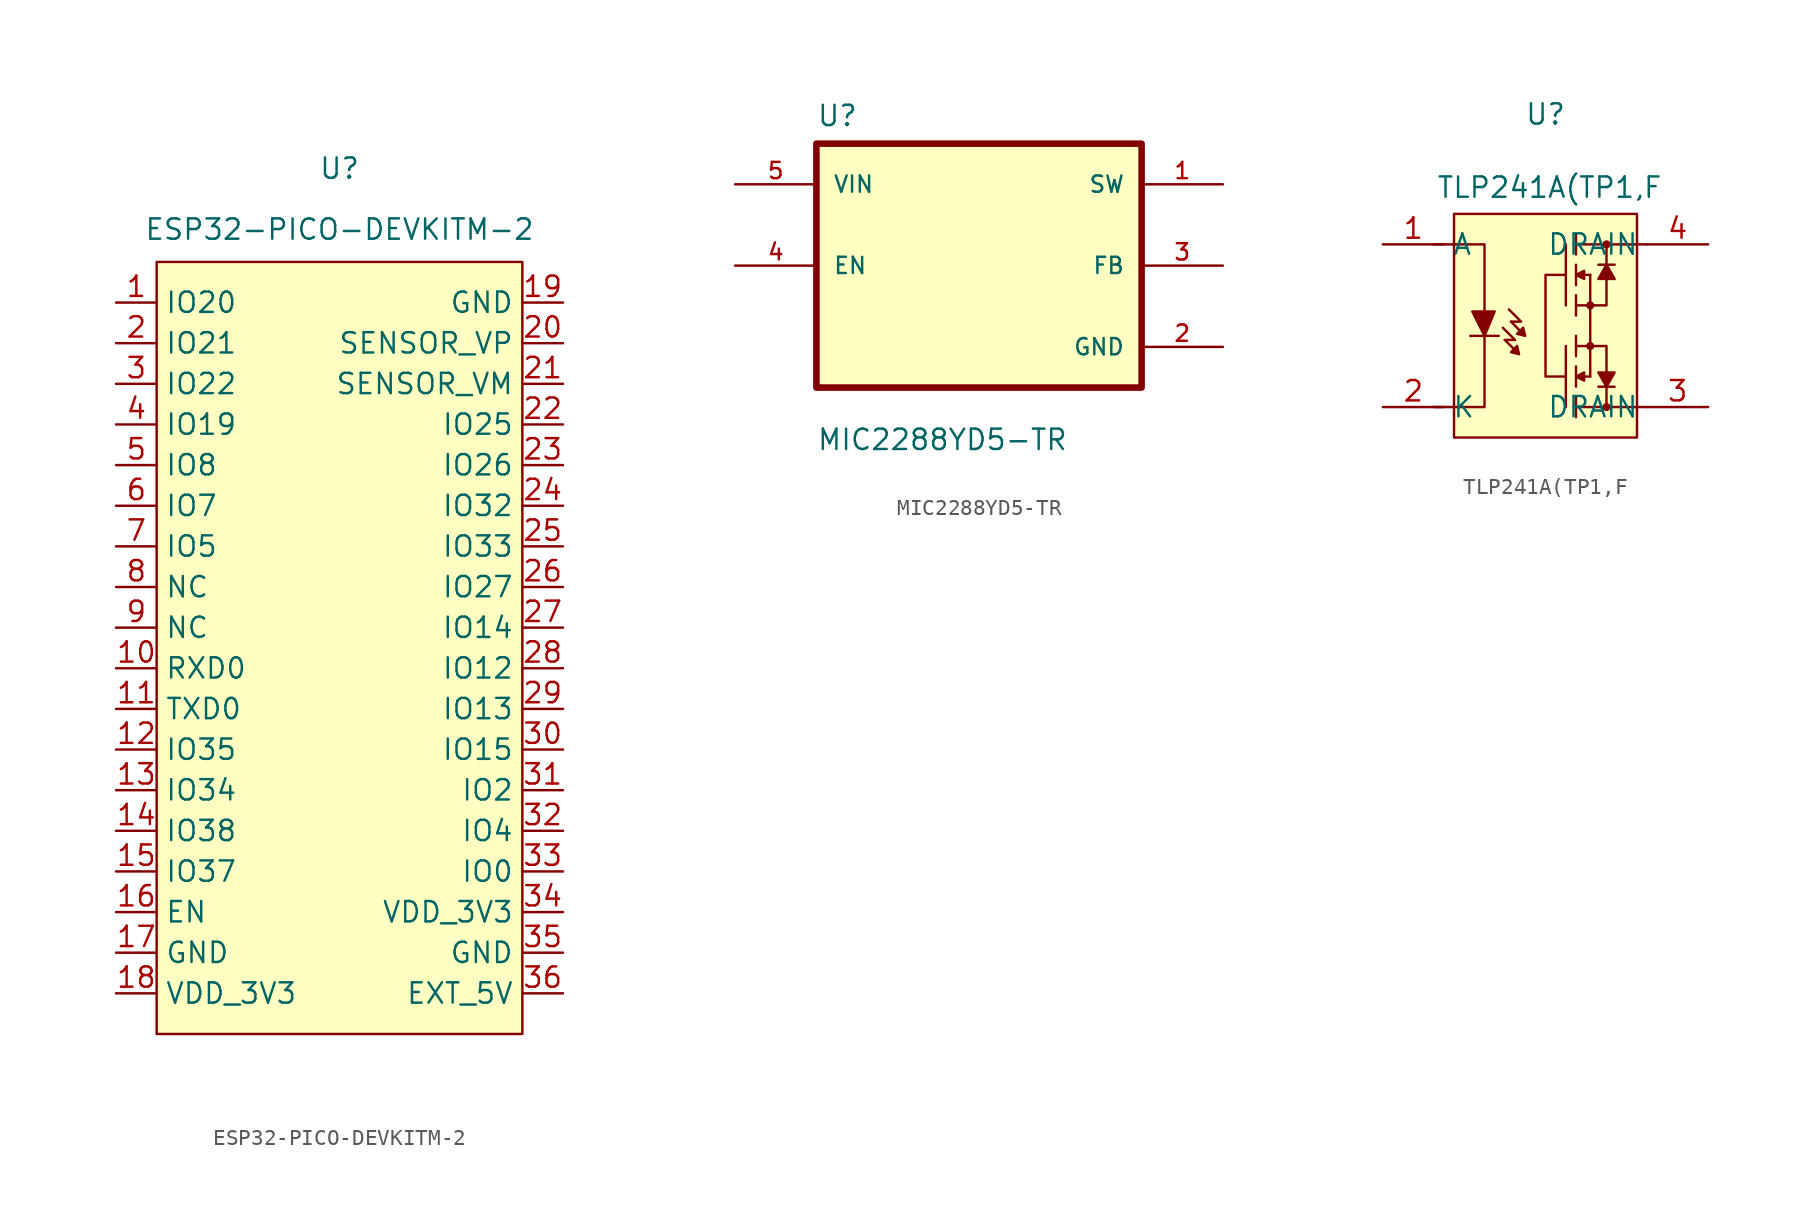
<source format=kicad_sym>
(kicad_symbol_lib
  (version 20241209)
  (generator "kicad_symbol_editor")
  (generator_version "9.0")
  (symbol "ESP32-PICO-DEVKITM-2"
    (property "Reference" "U"
      (at 0 16.002 0)
      (effects (font (size 1.27 1.27))))
    (property "Value" "ESP32-PICO-DEVKITM-2"
      (at 0 12.192 0)
      (effects (font (size 1.27 1.27))))
    (symbol "ESP32-PICO-DEVKITM-2_1_1"
      (rectangle (start -11.43 10.16) (end 11.43 -38.1) (stroke (width 0) (type solid)) (fill (type background)))
      (pin input line (at -13.97 7.62 0) (length 2.54) (name "IO20" (effects (font (size 1.27 1.27)))) (number "1" (effects (font (size 1.27 1.27)))))
      (pin input line (at -13.97 5.08 0) (length 2.54) (name "IO21" (effects (font (size 1.27 1.27)))) (number "2" (effects (font (size 1.27 1.27)))))
      (pin input line (at -13.97 2.54 0) (length 2.54) (name "IO22" (effects (font (size 1.27 1.27)))) (number "3" (effects (font (size 1.27 1.27)))))
      (pin input line (at -13.97 0 0) (length 2.54) (name "IO19" (effects (font (size 1.27 1.27)))) (number "4" (effects (font (size 1.27 1.27)))))
      (pin input line (at -13.97 -2.54 0) (length 2.54) (name "IO8" (effects (font (size 1.27 1.27)))) (number "5" (effects (font (size 1.27 1.27)))))
      (pin input line (at -13.97 -5.08 0) (length 2.54) (name "IO7" (effects (font (size 1.27 1.27)))) (number "6" (effects (font (size 1.27 1.27)))))
      (pin input line (at -13.97 -7.62 0) (length 2.54) (name "IO5" (effects (font (size 1.27 1.27)))) (number "7" (effects (font (size 1.27 1.27)))))
      (pin input line (at -13.97 -10.16 0) (length 2.54) (name "NC" (effects (font (size 1.27 1.27)))) (number "8" (effects (font (size 1.27 1.27)))))
      (pin input line (at -13.97 -12.7 0) (length 2.54) (name "NC" (effects (font (size 1.27 1.27)))) (number "9" (effects (font (size 1.27 1.27)))))
      (pin input line (at -13.97 -15.24 0) (length 2.54) (name "RXD0" (effects (font (size 1.27 1.27)))) (number "10" (effects (font (size 1.27 1.27)))))
      (pin input line (at -13.97 -17.78 0) (length 2.54) (name "TXD0" (effects (font (size 1.27 1.27)))) (number "11" (effects (font (size 1.27 1.27)))))
      (pin input line (at -13.97 -20.32 0) (length 2.54) (name "IO35" (effects (font (size 1.27 1.27)))) (number "12" (effects (font (size 1.27 1.27)))))
      (pin input line (at -13.97 -22.86 0) (length 2.54) (name "IO34" (effects (font (size 1.27 1.27)))) (number "13" (effects (font (size 1.27 1.27)))))
      (pin input line (at -13.97 -25.4 0) (length 2.54) (name "IO38" (effects (font (size 1.27 1.27)))) (number "14" (effects (font (size 1.27 1.27)))))
      (pin input line (at -13.97 -27.94 0) (length 2.54) (name "IO37" (effects (font (size 1.27 1.27)))) (number "15" (effects (font (size 1.27 1.27)))))
      (pin input line (at -13.97 -30.48 0) (length 2.54) (name "EN" (effects (font (size 1.27 1.27)))) (number "16" (effects (font (size 1.27 1.27)))))
      (pin input line (at -13.97 -33.02 0) (length 2.54) (name "GND" (effects (font (size 1.27 1.27)))) (number "17" (effects (font (size 1.27 1.27)))))
      (pin input line (at -13.97 -35.56 0) (length 2.54) (name "VDD_3V3" (effects (font (size 1.27 1.27)))) (number "18" (effects (font (size 1.27 1.27)))))
      (pin input line (at 13.97 7.62 180) (length 2.54) (name "GND" (effects (font (size 1.27 1.27)))) (number "19" (effects (font (size 1.27 1.27)))))
      (pin input line (at 13.97 5.08 180) (length 2.54) (name "SENSOR_VP" (effects (font (size 1.27 1.27)))) (number "20" (effects (font (size 1.27 1.27)))))
      (pin input line (at 13.97 2.54 180) (length 2.54) (name "SENSOR_VM" (effects (font (size 1.27 1.27)))) (number "21" (effects (font (size 1.27 1.27)))))
      (pin input line (at 13.97 0 180) (length 2.54) (name "IO25" (effects (font (size 1.27 1.27)))) (number "22" (effects (font (size 1.27 1.27)))))
      (pin input line (at 13.97 -2.54 180) (length 2.54) (name "IO26" (effects (font (size 1.27 1.27)))) (number "23" (effects (font (size 1.27 1.27)))))
      (pin input line (at 13.97 -5.08 180) (length 2.54) (name "IO32" (effects (font (size 1.27 1.27)))) (number "24" (effects (font (size 1.27 1.27)))))
      (pin input line (at 13.97 -7.62 180) (length 2.54) (name "IO33" (effects (font (size 1.27 1.27)))) (number "25" (effects (font (size 1.27 1.27)))))
      (pin input line (at 13.97 -10.16 180) (length 2.54) (name "IO27" (effects (font (size 1.27 1.27)))) (number "26" (effects (font (size 1.27 1.27)))))
      (pin input line (at 13.97 -12.7 180) (length 2.54) (name "IO14" (effects (font (size 1.27 1.27)))) (number "27" (effects (font (size 1.27 1.27)))))
      (pin input line (at 13.97 -15.24 180) (length 2.54) (name "IO12" (effects (font (size 1.27 1.27)))) (number "28" (effects (font (size 1.27 1.27)))))
      (pin input line (at 13.97 -17.78 180) (length 2.54) (name "IO13" (effects (font (size 1.27 1.27)))) (number "29" (effects (font (size 1.27 1.27)))))
      (pin input line (at 13.97 -20.32 180) (length 2.54) (name "IO15" (effects (font (size 1.27 1.27)))) (number "30" (effects (font (size 1.27 1.27)))))
      (pin input line (at 13.97 -22.86 180) (length 2.54) (name "IO2" (effects (font (size 1.27 1.27)))) (number "31" (effects (font (size 1.27 1.27)))))
      (pin input line (at 13.97 -25.4 180) (length 2.54) (name "IO4" (effects (font (size 1.27 1.27)))) (number "32" (effects (font (size 1.27 1.27)))))
      (pin input line (at 13.97 -27.94 180) (length 2.54) (name "IO0" (effects (font (size 1.27 1.27)))) (number "33" (effects (font (size 1.27 1.27)))))
      (pin input line (at 13.97 -30.48 180) (length 2.54) (name "VDD_3V3" (effects (font (size 1.27 1.27)))) (number "34" (effects (font (size 1.27 1.27)))))
      (pin input line (at 13.97 -33.02 180) (length 2.54) (name "GND" (effects (font (size 1.27 1.27)))) (number "35" (effects (font (size 1.27 1.27)))))
      (pin input line (at 13.97 -35.56 180) (length 2.54) (name "EXT_5V" (effects (font (size 1.27 1.27)))) (number "36" (effects (font (size 1.27 1.27)))))))
  (symbol "MIC2288YD5-TR"
    (pin_names
      (offset 1.016))
    (property "Reference" "U"
      (at -10.16 8.62 0)
      (effects (font (size 1.27 1.27)) (justify left bottom)))
    (property "Value" "MIC2288YD5-TR"
      (at -10.16 -11.62 0)
      (effects (font (size 1.27 1.27)) (justify left bottom)))
    (symbol "MIC2288YD5-TR_0_0"
      (rectangle (start -10.16 -7.62) (end 10.16 7.62) (stroke (width 0.41) (type default)) (fill (type background)))
      (pin input line (at -15.24 5.08 0) (length 5.08) (name "VIN" (effects (font (size 1.016 1.016)))) (number "5" (effects (font (size 1.016 1.016)))))
      (pin input line (at -15.24 0 0) (length 5.08) (name "EN" (effects (font (size 1.016 1.016)))) (number "4" (effects (font (size 1.016 1.016)))))
      (pin input line (at 15.24 5.08 180) (length 5.08) (name "SW" (effects (font (size 1.016 1.016)))) (number "1" (effects (font (size 1.016 1.016)))))
      (pin input line (at 15.24 0 180) (length 5.08) (name "FB" (effects (font (size 1.016 1.016)))) (number "3" (effects (font (size 1.016 1.016)))))
      (pin power_in line (at 15.24 -5.08 180) (length 5.08) (name "GND" (effects (font (size 1.016 1.016)))) (number "2" (effects (font (size 1.016 1.016)))))))
  (symbol "TLP241A(TP1,F"
    (property "Reference" "U"
      (at 0 13.208 0)
      (effects (font (size 1.27 1.27))))
    (property "Value" "TLP241A(TP1,F"
      (at 0.254 8.636 0)
      (effects (font (size 1.27 1.27))))
    (symbol "TLP241A(TP1,F_0_1"
      (rectangle (start -5.715 6.985) (end 5.715 -6.985) (stroke (width 0) (type solid)) (fill (type background)))
      (polyline (pts (xy -4.699 -0.635) (xy -2.921 -0.635)) (stroke (width 0) (type solid)) (fill (type none)))
      (polyline (pts (xy -4.572 0.889) (xy -3.175 0.889) (xy -3.81 -0.635) (xy -4.572 0.889)) (stroke (width 0) (type solid)) (fill (type outline)))
      (polyline (pts (xy -3.81 0.508) (xy -3.81 5.08) (xy -6.985 5.08)) (stroke (width 0) (type solid)) (fill (type none)))
      (polyline (pts (xy -3.81 -0.508) (xy -3.81 -5.08) (xy -6.985 -5.08)) (stroke (width 0) (type solid)) (fill (type none)))
      (polyline (pts (xy -2.54 -0.889) (xy -2.032 -1.397)) (stroke (width 0) (type solid)) (fill (type none)))
      (polyline (pts (xy -2.54 -0.889) (xy -1.905 -0.889) (xy -2.667 -0.127)) (stroke (width 0) (type solid)) (fill (type none)))
      (polyline (pts (xy -2.159 0.254) (xy -1.651 -0.254)) (stroke (width 0) (type solid)) (fill (type none)))
      (polyline (pts (xy -2.159 0.254) (xy -1.524 0.254) (xy -2.286 1.016)) (stroke (width 0) (type solid)) (fill (type none)))
      (polyline (pts (xy -2.159 -1.651) (xy -1.778 -1.27) (xy -1.651 -1.778) (xy -2.159 -1.651)) (stroke (width 0) (type solid)) (fill (type outline)))
      (polyline (pts (xy -1.778 -0.508) (xy -1.397 -0.127) (xy -1.27 -0.635) (xy -1.778 -0.508)) (stroke (width 0) (type solid)) (fill (type outline)))
      (polyline (pts (xy 1.27 5.08) (xy 1.27 1.27)) (stroke (width 0) (type solid)) (fill (type none)))
      (polyline (pts (xy 1.27 -1.27) (xy 1.27 -5.08)) (stroke (width 0) (type solid)) (fill (type none)))
      (polyline (pts (xy 1.27 -3.175) (xy 0 -3.175) (xy 0 3.175) (xy 1.27 3.175)) (stroke (width 0) (type solid)) (fill (type none)))
      (polyline (pts (xy 1.905 3.81) (xy 1.905 2.54)) (stroke (width 0) (type solid)) (fill (type none)))
      (polyline (pts (xy 1.905 1.905) (xy 1.905 0.635)) (stroke (width 0) (type solid)) (fill (type none)))
      (polyline (pts (xy 1.905 1.27) (xy 3.81 1.27) (xy 3.81 3.175)) (stroke (width 0) (type solid)) (fill (type none)))
      (polyline (pts (xy 1.905 -1.27) (xy 3.81 -1.27) (xy 3.81 -3.175)) (stroke (width 0) (type solid)) (fill (type none)))
      (polyline (pts (xy 1.905 -1.905) (xy 1.905 -0.635)) (stroke (width 0) (type solid)) (fill (type none)))
      (polyline (pts (xy 1.905 -3.81) (xy 1.905 -2.54)) (stroke (width 0) (type solid)) (fill (type none)))
      (polyline (pts (xy 2.413 3.429) (xy 2.413 2.921) (xy 1.905 3.175) (xy 2.413 3.429)) (stroke (width 0) (type solid)) (fill (type outline)))
      (polyline (pts (xy 2.413 -2.921) (xy 2.413 -3.429) (xy 1.905 -3.175) (xy 2.413 -2.921)) (stroke (width 0) (type solid)) (fill (type outline)))
      (polyline (pts (xy 2.794 3.175) (xy 2.413 3.175)) (stroke (width 0) (type solid)) (fill (type none)))
      (circle (center 2.794 1.27) (radius 0.178) (stroke (width 0) (type solid)) (fill (type outline)))
      (circle (center 2.794 -1.27) (radius 0.178) (stroke (width 0) (type solid)) (fill (type outline)))
      (polyline (pts (xy 2.794 -3.175) (xy 2.413 -3.175)) (stroke (width 0) (type solid)) (fill (type none)))
      (polyline (pts (xy 2.794 -3.175) (xy 2.794 3.175)) (stroke (width 0) (type solid)) (fill (type none)))
      (polyline (pts (xy 3.302 3.81) (xy 4.318 3.81)) (stroke (width 0) (type solid)) (fill (type none)))
      (polyline (pts (xy 3.302 -3.81) (xy 4.318 -3.81)) (stroke (width 0) (type solid)) (fill (type none)))
      (circle (center 3.81 5.08) (radius 0.178) (stroke (width 0) (type solid)) (fill (type outline)))
      (polyline (pts (xy 3.81 3.81) (xy 3.81 5.08)) (stroke (width 0) (type solid)) (fill (type none)))
      (polyline (pts (xy 3.81 3.81) (xy 3.302 2.921) (xy 4.318 2.921) (xy 3.81 3.81)) (stroke (width 0) (type solid)) (fill (type outline)))
      (polyline (pts (xy 3.81 -3.81) (xy 3.81 -5.08)) (stroke (width 0) (type solid)) (fill (type none)))
      (polyline (pts (xy 3.81 -3.81) (xy 3.302 -2.921) (xy 4.318 -2.921) (xy 3.81 -3.81)) (stroke (width 0) (type solid)) (fill (type outline)))
      (circle (center 3.81 -5.08) (radius 0.178) (stroke (width 0) (type solid)) (fill (type outline)))
      (polyline (pts (xy 6.35 5.08) (xy 1.905 5.08) (xy 1.905 5.715) (xy 1.905 4.445)) (stroke (width 0) (type solid)) (fill (type none)))
      (polyline (pts (xy 6.35 -5.08) (xy 1.905 -5.08) (xy 1.905 -4.445) (xy 1.905 -5.715)) (stroke (width 0) (type solid)) (fill (type none))))
    (symbol "TLP241A(TP1,F_1_1"
      (pin passive line (at -10.16 5.08 0) (length 3.81) (name "A" (effects (font (size 1.27 1.27)))) (number "1" (effects (font (size 1.27 1.27)))))
      (pin passive line (at -10.16 -5.08 0) (length 3.81) (name "K" (effects (font (size 1.27 1.27)))) (number "2" (effects (font (size 1.27 1.27)))))
      (pin passive line (at 10.16 5.08 180) (length 3.81) (name "DRAIN" (effects (font (size 1.27 1.27)))) (number "4" (effects (font (size 1.27 1.27)))))
      (pin passive line (at 10.16 -5.08 180) (length 3.81) (name "DRAIN" (effects (font (size 1.27 1.27)))) (number "3" (effects (font (size 1.27 1.27))))))))
</source>
